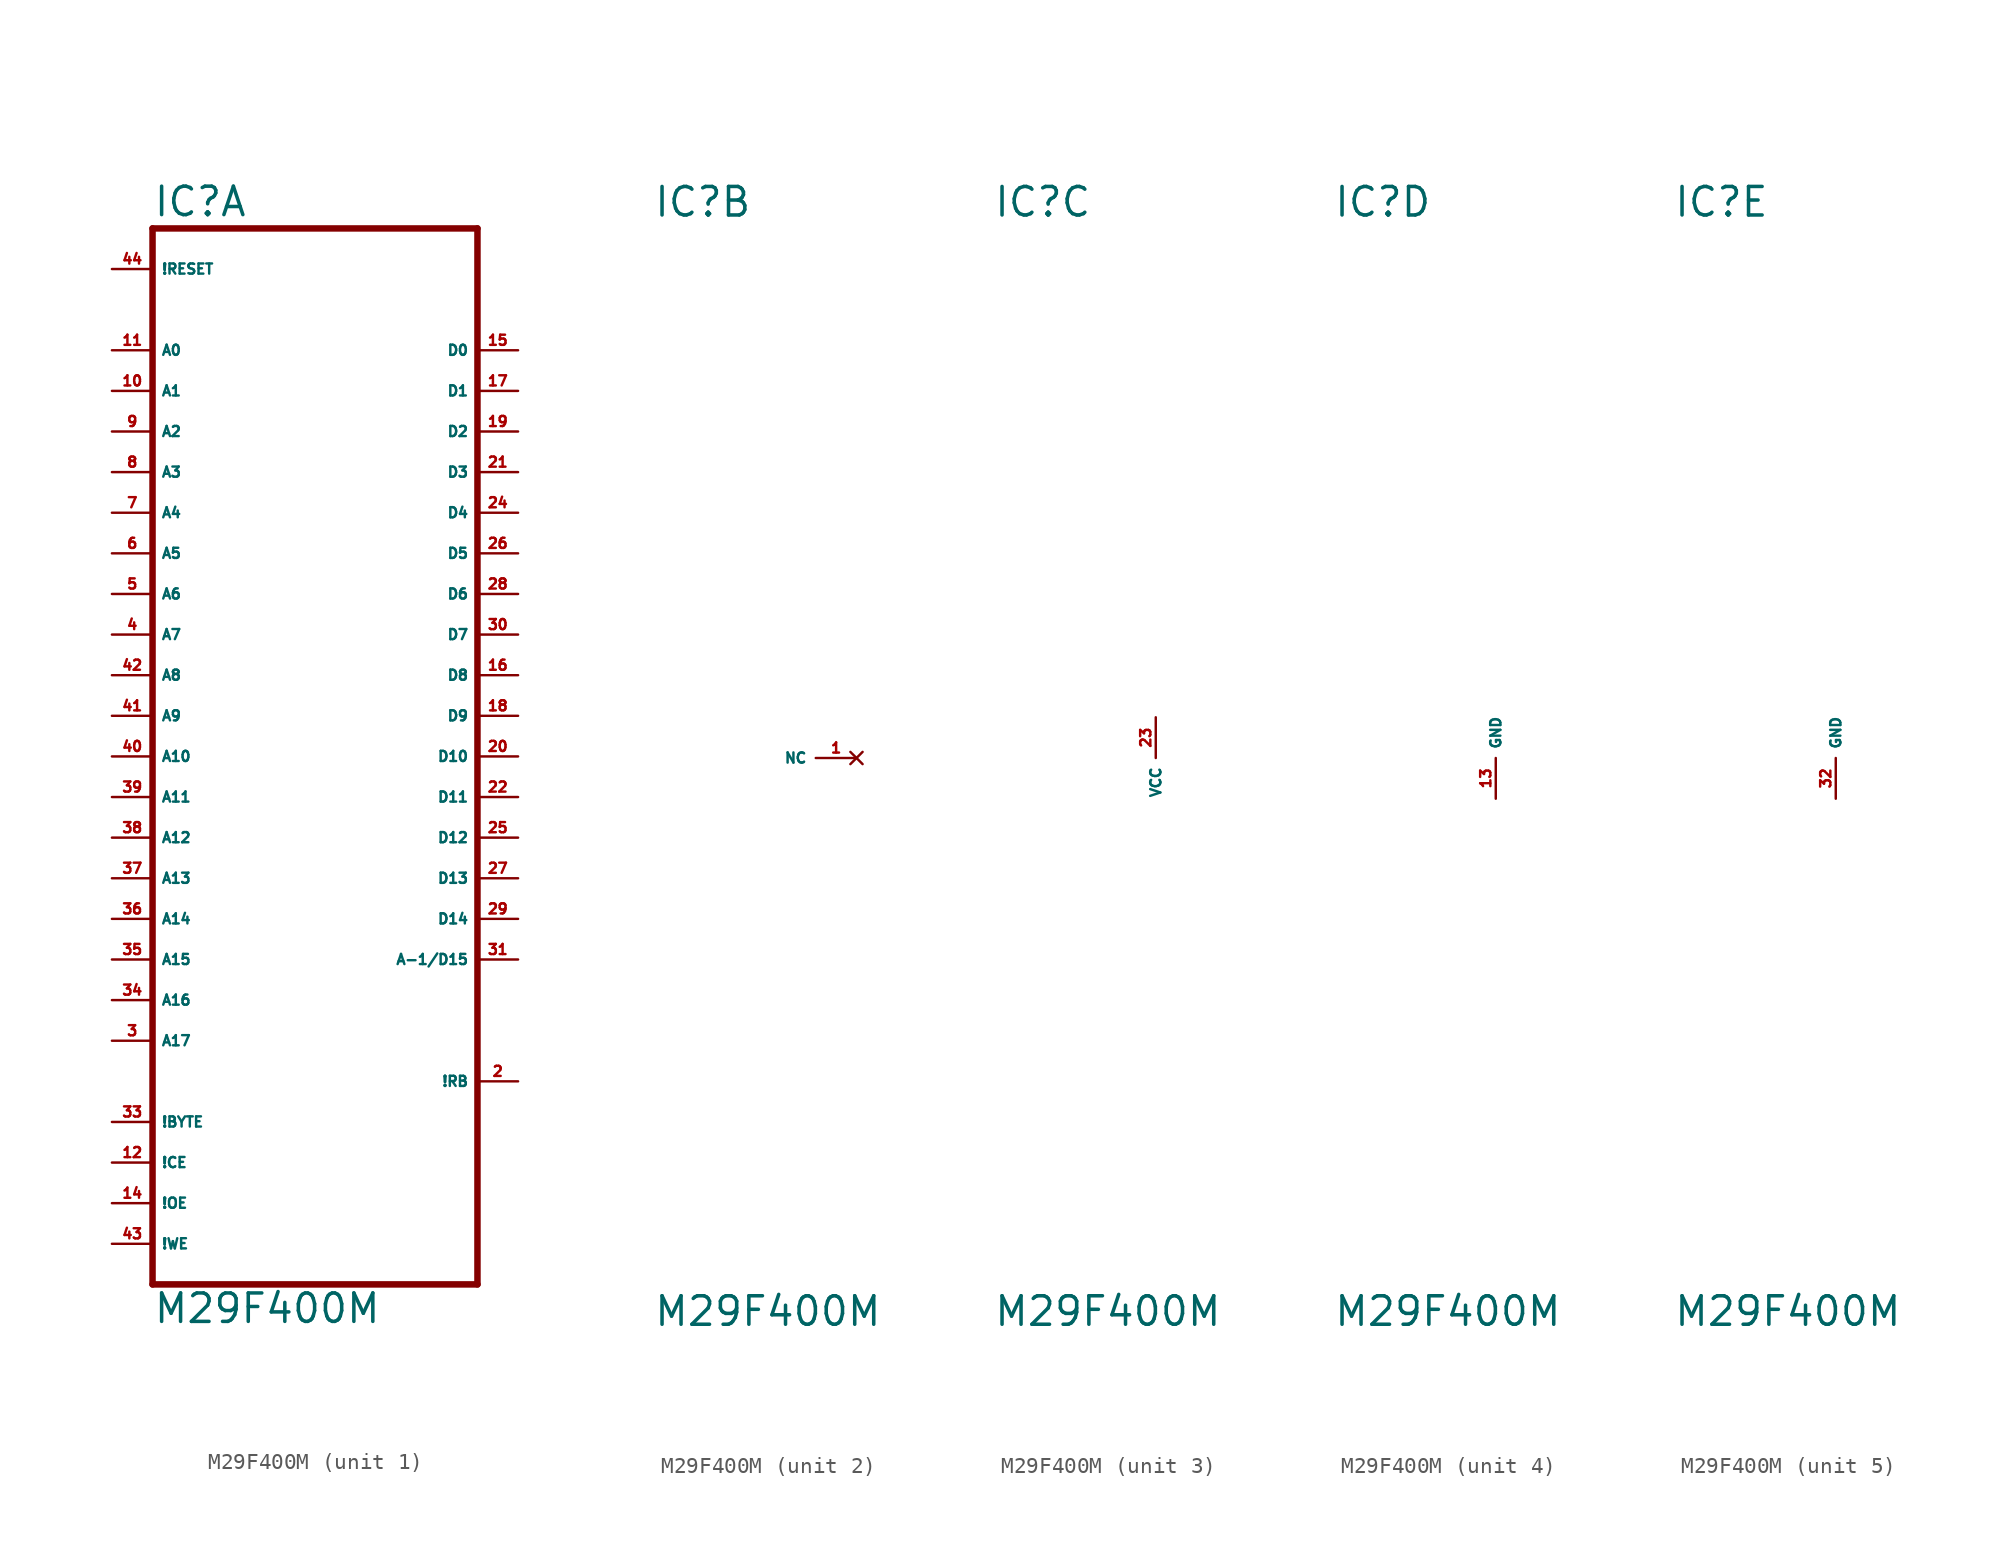
<source format=kicad_sym>
(kicad_symbol_lib
  (version 20220914)
  (generator Eagle2Kicad)
  (symbol "M29F400M"
    (property "Reference" "IC"
      (at -10.16 33.655 0)
      (effects (font (size 1.778 1.778) (thickness 0.22)) (justify left bottom)))
    (property "Value" "M29F400M"
      (at -10.16 -35.56 0)
      (effects (font (size 1.778 1.778) (thickness 0.22)) (justify left bottom)))
    (symbol "M29F400M_1_0"
      (polyline (pts (xy -10.16 -33.02) (xy 10.16 -33.02)) (stroke (width 0.406) (type default)) (fill (type none)))
      (polyline (pts (xy 10.16 -33.02) (xy 10.16 33.02)) (stroke (width 0.406) (type default)) (fill (type none)))
      (polyline (pts (xy 10.16 33.02) (xy -10.16 33.02)) (stroke (width 0.406) (type default)) (fill (type none)))
      (polyline (pts (xy -10.16 33.02) (xy -10.16 -33.02)) (stroke (width 0.406) (type default)) (fill (type none)))
      (pin input line (at -12.7 -30.48 0) (length 2.54) (name "!WE" (effects (font (size 0.635 0.635) (thickness 0.08)) (justify left bottom))) (number "43" (effects (font (size 0.635 0.635) (thickness 0.08)) (justify left bottom))))
      (pin input line (at -12.7 -5.08 0) (length 2.54) (name "A12" (effects (font (size 0.635 0.635) (thickness 0.08)) (justify left bottom))) (number "38" (effects (font (size 0.635 0.635) (thickness 0.08)) (justify left bottom))))
      (pin input line (at -12.7 7.62 0) (length 2.54) (name "A7" (effects (font (size 0.635 0.635) (thickness 0.08)) (justify left bottom))) (number "4" (effects (font (size 0.635 0.635) (thickness 0.08)) (justify left bottom))))
      (pin input line (at -12.7 10.16 0) (length 2.54) (name "A6" (effects (font (size 0.635 0.635) (thickness 0.08)) (justify left bottom))) (number "5" (effects (font (size 0.635 0.635) (thickness 0.08)) (justify left bottom))))
      (pin input line (at -12.7 12.7 0) (length 2.54) (name "A5" (effects (font (size 0.635 0.635) (thickness 0.08)) (justify left bottom))) (number "6" (effects (font (size 0.635 0.635) (thickness 0.08)) (justify left bottom))))
      (pin input line (at -12.7 15.24 0) (length 2.54) (name "A4" (effects (font (size 0.635 0.635) (thickness 0.08)) (justify left bottom))) (number "7" (effects (font (size 0.635 0.635) (thickness 0.08)) (justify left bottom))))
      (pin input line (at -12.7 17.78 0) (length 2.54) (name "A3" (effects (font (size 0.635 0.635) (thickness 0.08)) (justify left bottom))) (number "8" (effects (font (size 0.635 0.635) (thickness 0.08)) (justify left bottom))))
      (pin input line (at -12.7 20.32 0) (length 2.54) (name "A2" (effects (font (size 0.635 0.635) (thickness 0.08)) (justify left bottom))) (number "9" (effects (font (size 0.635 0.635) (thickness 0.08)) (justify left bottom))))
      (pin input line (at -12.7 22.86 0) (length 2.54) (name "A1" (effects (font (size 0.635 0.635) (thickness 0.08)) (justify left bottom))) (number "10" (effects (font (size 0.635 0.635) (thickness 0.08)) (justify left bottom))))
      (pin input line (at -12.7 25.4 0) (length 2.54) (name "A0" (effects (font (size 0.635 0.635) (thickness 0.08)) (justify left bottom))) (number "11" (effects (font (size 0.635 0.635) (thickness 0.08)) (justify left bottom))))
      (pin tri_state line (at 12.7 25.4 180) (length 2.54) (name "D0" (effects (font (size 0.635 0.635) (thickness 0.08)) (justify left bottom))) (number "15" (effects (font (size 0.635 0.635) (thickness 0.08)) (justify left bottom))))
      (pin input line (at -12.7 -25.4 0) (length 2.54) (name "!CE" (effects (font (size 0.635 0.635) (thickness 0.08)) (justify left bottom))) (number "12" (effects (font (size 0.635 0.635) (thickness 0.08)) (justify left bottom))))
      (pin input line (at -12.7 0 0) (length 2.54) (name "A10" (effects (font (size 0.635 0.635) (thickness 0.08)) (justify left bottom))) (number "40" (effects (font (size 0.635 0.635) (thickness 0.08)) (justify left bottom))))
      (pin input line (at -12.7 -27.94 0) (length 2.54) (name "!OE" (effects (font (size 0.635 0.635) (thickness 0.08)) (justify left bottom))) (number "14" (effects (font (size 0.635 0.635) (thickness 0.08)) (justify left bottom))))
      (pin input line (at -12.7 -2.54 0) (length 2.54) (name "A11" (effects (font (size 0.635 0.635) (thickness 0.08)) (justify left bottom))) (number "39" (effects (font (size 0.635 0.635) (thickness 0.08)) (justify left bottom))))
      (pin input line (at -12.7 2.54 0) (length 2.54) (name "A9" (effects (font (size 0.635 0.635) (thickness 0.08)) (justify left bottom))) (number "41" (effects (font (size 0.635 0.635) (thickness 0.08)) (justify left bottom))))
      (pin input line (at -12.7 5.08 0) (length 2.54) (name "A8" (effects (font (size 0.635 0.635) (thickness 0.08)) (justify left bottom))) (number "42" (effects (font (size 0.635 0.635) (thickness 0.08)) (justify left bottom))))
      (pin input line (at -12.7 -7.62 0) (length 2.54) (name "A13" (effects (font (size 0.635 0.635) (thickness 0.08)) (justify left bottom))) (number "37" (effects (font (size 0.635 0.635) (thickness 0.08)) (justify left bottom))))
      (pin input line (at -12.7 -10.16 0) (length 2.54) (name "A14" (effects (font (size 0.635 0.635) (thickness 0.08)) (justify left bottom))) (number "36" (effects (font (size 0.635 0.635) (thickness 0.08)) (justify left bottom))))
      (pin input line (at -12.7 -12.7 0) (length 2.54) (name "A15" (effects (font (size 0.635 0.635) (thickness 0.08)) (justify left bottom))) (number "35" (effects (font (size 0.635 0.635) (thickness 0.08)) (justify left bottom))))
      (pin input line (at -12.7 -15.24 0) (length 2.54) (name "A16" (effects (font (size 0.635 0.635) (thickness 0.08)) (justify left bottom))) (number "34" (effects (font (size 0.635 0.635) (thickness 0.08)) (justify left bottom))))
      (pin input line (at -12.7 -17.78 0) (length 2.54) (name "A17" (effects (font (size 0.635 0.635) (thickness 0.08)) (justify left bottom))) (number "3" (effects (font (size 0.635 0.635) (thickness 0.08)) (justify left bottom))))
      (pin tri_state line (at 12.7 22.86 180) (length 2.54) (name "D1" (effects (font (size 0.635 0.635) (thickness 0.08)) (justify left bottom))) (number "17" (effects (font (size 0.635 0.635) (thickness 0.08)) (justify left bottom))))
      (pin tri_state line (at 12.7 20.32 180) (length 2.54) (name "D2" (effects (font (size 0.635 0.635) (thickness 0.08)) (justify left bottom))) (number "19" (effects (font (size 0.635 0.635) (thickness 0.08)) (justify left bottom))))
      (pin tri_state line (at 12.7 17.78 180) (length 2.54) (name "D3" (effects (font (size 0.635 0.635) (thickness 0.08)) (justify left bottom))) (number "21" (effects (font (size 0.635 0.635) (thickness 0.08)) (justify left bottom))))
      (pin tri_state line (at 12.7 15.24 180) (length 2.54) (name "D4" (effects (font (size 0.635 0.635) (thickness 0.08)) (justify left bottom))) (number "24" (effects (font (size 0.635 0.635) (thickness 0.08)) (justify left bottom))))
      (pin tri_state line (at 12.7 12.7 180) (length 2.54) (name "D5" (effects (font (size 0.635 0.635) (thickness 0.08)) (justify left bottom))) (number "26" (effects (font (size 0.635 0.635) (thickness 0.08)) (justify left bottom))))
      (pin tri_state line (at 12.7 10.16 180) (length 2.54) (name "D6" (effects (font (size 0.635 0.635) (thickness 0.08)) (justify left bottom))) (number "28" (effects (font (size 0.635 0.635) (thickness 0.08)) (justify left bottom))))
      (pin tri_state line (at 12.7 7.62 180) (length 2.54) (name "D7" (effects (font (size 0.635 0.635) (thickness 0.08)) (justify left bottom))) (number "30" (effects (font (size 0.635 0.635) (thickness 0.08)) (justify left bottom))))
      (pin output line (at 12.7 -20.32 180) (length 2.54) (name "!RB" (effects (font (size 0.635 0.635) (thickness 0.08)) (justify left bottom))) (number "2" (effects (font (size 0.635 0.635) (thickness 0.08)) (justify left bottom))))
      (pin input line (at -12.7 30.48 0) (length 2.54) (name "!RESET" (effects (font (size 0.635 0.635) (thickness 0.08)) (justify left bottom))) (number "44" (effects (font (size 0.635 0.635) (thickness 0.08)) (justify left bottom))))
      (pin tri_state line (at 12.7 5.08 180) (length 2.54) (name "D8" (effects (font (size 0.635 0.635) (thickness 0.08)) (justify left bottom))) (number "16" (effects (font (size 0.635 0.635) (thickness 0.08)) (justify left bottom))))
      (pin tri_state line (at 12.7 2.54 180) (length 2.54) (name "D9" (effects (font (size 0.635 0.635) (thickness 0.08)) (justify left bottom))) (number "18" (effects (font (size 0.635 0.635) (thickness 0.08)) (justify left bottom))))
      (pin tri_state line (at 12.7 0 180) (length 2.54) (name "D10" (effects (font (size 0.635 0.635) (thickness 0.08)) (justify left bottom))) (number "20" (effects (font (size 0.635 0.635) (thickness 0.08)) (justify left bottom))))
      (pin tri_state line (at 12.7 -2.54 180) (length 2.54) (name "D11" (effects (font (size 0.635 0.635) (thickness 0.08)) (justify left bottom))) (number "22" (effects (font (size 0.635 0.635) (thickness 0.08)) (justify left bottom))))
      (pin tri_state line (at 12.7 -5.08 180) (length 2.54) (name "D12" (effects (font (size 0.635 0.635) (thickness 0.08)) (justify left bottom))) (number "25" (effects (font (size 0.635 0.635) (thickness 0.08)) (justify left bottom))))
      (pin tri_state line (at 12.7 -7.62 180) (length 2.54) (name "D13" (effects (font (size 0.635 0.635) (thickness 0.08)) (justify left bottom))) (number "27" (effects (font (size 0.635 0.635) (thickness 0.08)) (justify left bottom))))
      (pin tri_state line (at 12.7 -10.16 180) (length 2.54) (name "D14" (effects (font (size 0.635 0.635) (thickness 0.08)) (justify left bottom))) (number "29" (effects (font (size 0.635 0.635) (thickness 0.08)) (justify left bottom))))
      (pin tri_state line (at 12.7 -12.7 180) (length 2.54) (name "A-1/D15" (effects (font (size 0.635 0.635) (thickness 0.08)) (justify left bottom))) (number "31" (effects (font (size 0.635 0.635) (thickness 0.08)) (justify left bottom))))
      (pin input line (at -12.7 -22.86 0) (length 2.54) (name "!BYTE" (effects (font (size 0.635 0.635) (thickness 0.08)) (justify left bottom))) (number "33" (effects (font (size 0.635 0.635) (thickness 0.08)) (justify left bottom)))))
    (symbol "M29F400M_2_0"
      (pin no_connect line (at 2.54 0 180) (length 2.54) (name "NC" (effects (font (size 0.635 0.635) (thickness 0.08)) (justify left bottom) hide)) (number "1" (effects (font (size 0.635 0.635) (thickness 0.08)) (justify left bottom) hide))))
    (symbol "M29F400M_3_0"
      (pin unspecified line (at 0 2.54 270) (length 2.54) (name "VCC" (effects (font (size 0.635 0.635) (thickness 0.08)) (justify left bottom))) (number "23" (effects (font (size 0.635 0.635) (thickness 0.08)) (justify left bottom)))))
    (symbol "M29F400M_4_0"
      (pin unspecified line (at 0 -2.54 90) (length 2.54) (name "GND" (effects (font (size 0.635 0.635) (thickness 0.08)) (justify left bottom))) (number "13" (effects (font (size 0.635 0.635) (thickness 0.08)) (justify left bottom)))))
    (symbol "M29F400M_5_0"
      (pin unspecified line (at 0 -2.54 90) (length 2.54) (name "GND" (effects (font (size 0.635 0.635) (thickness 0.08)) (justify left bottom))) (number "32" (effects (font (size 0.635 0.635) (thickness 0.08)) (justify left bottom)))))))
</source>
